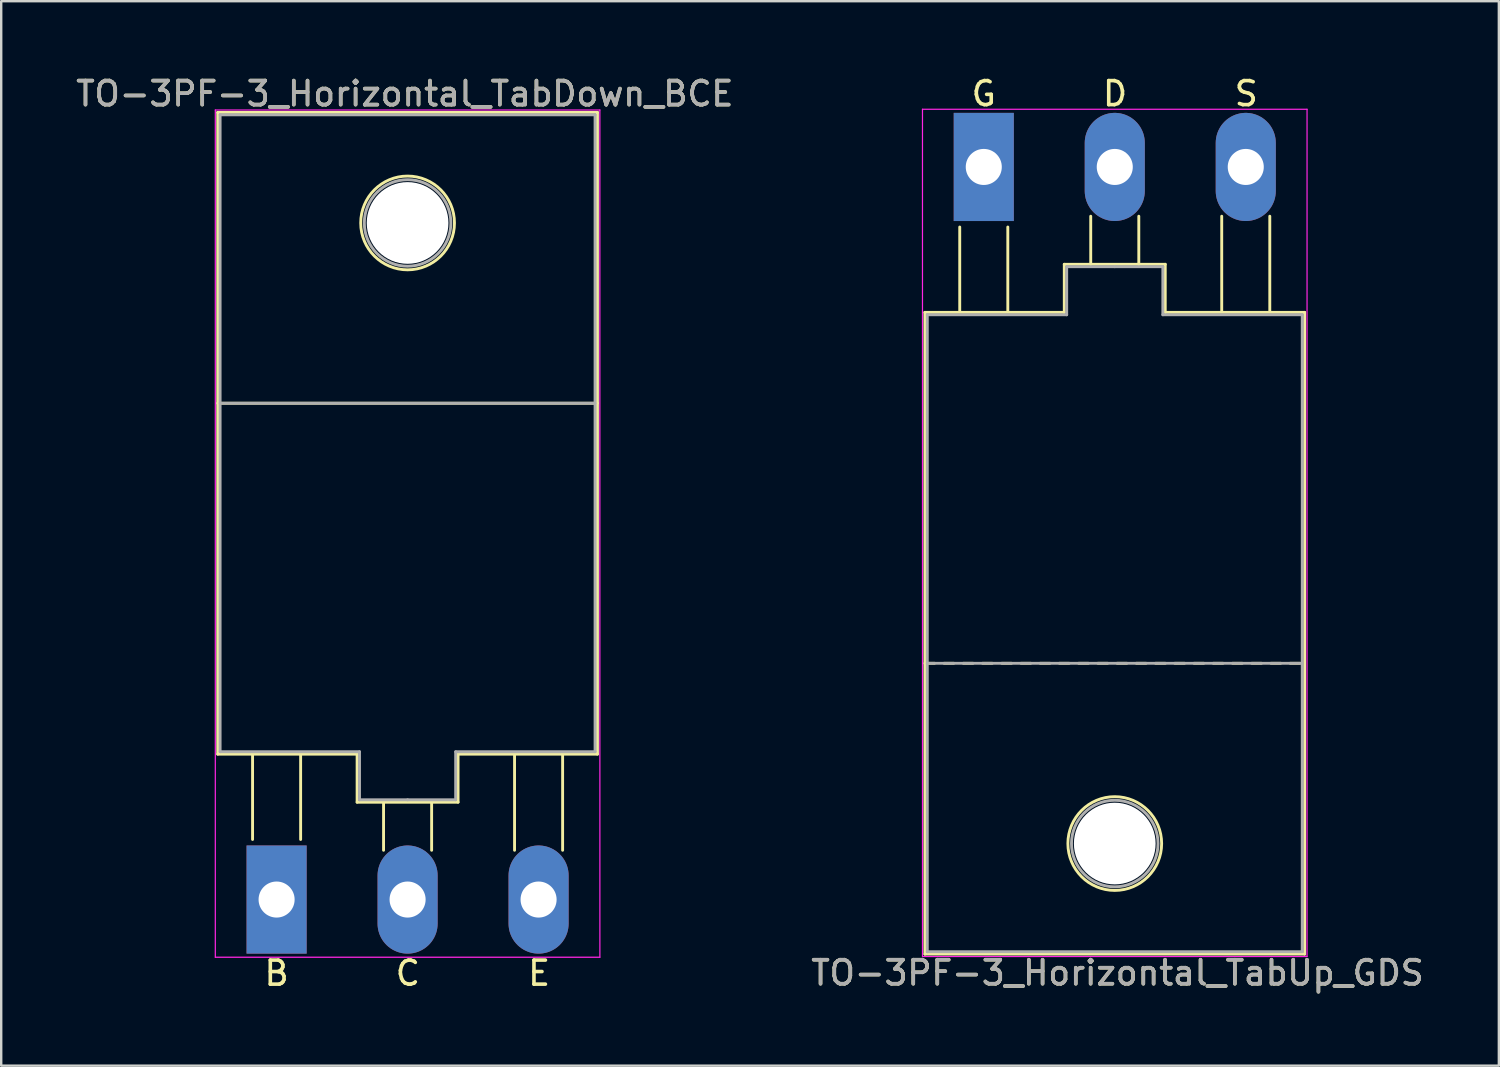
<source format=kicad_pcb>
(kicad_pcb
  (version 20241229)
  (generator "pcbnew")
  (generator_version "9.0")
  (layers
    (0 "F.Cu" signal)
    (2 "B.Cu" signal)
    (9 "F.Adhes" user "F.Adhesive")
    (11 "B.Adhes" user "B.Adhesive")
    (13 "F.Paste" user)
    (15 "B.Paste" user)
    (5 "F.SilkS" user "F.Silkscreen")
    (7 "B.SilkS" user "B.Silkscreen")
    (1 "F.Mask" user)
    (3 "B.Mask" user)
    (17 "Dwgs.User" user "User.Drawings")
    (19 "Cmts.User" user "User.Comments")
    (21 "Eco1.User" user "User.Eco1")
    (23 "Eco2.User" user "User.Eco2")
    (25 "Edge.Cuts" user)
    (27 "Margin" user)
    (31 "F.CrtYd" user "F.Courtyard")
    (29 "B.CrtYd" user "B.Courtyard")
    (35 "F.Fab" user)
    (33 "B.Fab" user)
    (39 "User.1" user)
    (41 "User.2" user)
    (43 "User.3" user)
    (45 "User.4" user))
  (footprint "TO-3PF-3_Horizontal_TabUp_GDS"
    (layer "F.Cu")
    (at 37.88 3.896)
    (property "Reference" "TO-3PF-3_Horizontal_TabUp_GDS" (at 5.566 33.528 180) (layer "F.SilkS") (effects (font (size 1 1) (thickness 0.15))))
    (attr through_hole)
    (fp_line (start -2.45 6.05) (end 3.35 6.05) (stroke (width 0.12) (type solid)) (layer "F.SilkS"))
    (fp_line (start -2.45 20.65) (end -2.05 20.65) (stroke (width 0.12) (type solid)) (layer "F.SilkS"))
    (fp_line (start -2.45 32.75) (end -2.45 6.05) (stroke (width 0.12) (type solid)) (layer "F.SilkS"))
    (fp_line (start -1.65 20.65) (end -1.25 20.65) (stroke (width 0.12) (type solid)) (layer "F.SilkS"))
    (fp_line (start -1 6) (end -1 2.5) (stroke (width 0.12) (type solid)) (layer "F.SilkS"))
    (fp_line (start -0.85 20.65) (end -0.45 20.65) (stroke (width 0.12) (type solid)) (layer "F.SilkS"))
    (fp_line (start -0.05 20.65) (end 0.35 20.65) (stroke (width 0.12) (type solid)) (layer "F.SilkS"))
    (fp_line (start 0.75 20.65) (end 1.15 20.65) (stroke (width 0.12) (type solid)) (layer "F.SilkS"))
    (fp_line (start 1 6) (end 1 2.5) (stroke (width 0.12) (type solid)) (layer "F.SilkS"))
    (fp_line (start 1.55 20.65) (end 1.95 20.65) (stroke (width 0.12) (type solid)) (layer "F.SilkS"))
    (fp_line (start 2.35 20.65) (end 2.75 20.65) (stroke (width 0.12) (type solid)) (layer "F.SilkS"))
    (fp_line (start 3.15 20.65) (end 3.55 20.65) (stroke (width 0.12) (type solid)) (layer "F.SilkS"))
    (fp_line (start 3.35 4.05) (end 7.55 4.05) (stroke (width 0.12) (type solid)) (layer "F.SilkS"))
    (fp_line (start 3.35 6.05) (end 3.35 4.05) (stroke (width 0.12) (type solid)) (layer "F.SilkS"))
    (fp_line (start 3.95 20.65) (end 4.35 20.65) (stroke (width 0.12) (type solid)) (layer "F.SilkS"))
    (fp_line (start 4.45 4.05) (end 4.45 2.05) (stroke (width 0.12) (type solid)) (layer "F.SilkS"))
    (fp_line (start 4.75 20.65) (end 5.15 20.65) (stroke (width 0.12) (type solid)) (layer "F.SilkS"))
    (fp_line (start 5.55 20.65) (end 5.95 20.65) (stroke (width 0.12) (type solid)) (layer "F.SilkS"))
    (fp_line (start 6.35 20.65) (end 6.75 20.65) (stroke (width 0.12) (type solid)) (layer "F.SilkS"))
    (fp_line (start 6.45 4.05) (end 6.45 2.05) (stroke (width 0.12) (type solid)) (layer "F.SilkS"))
    (fp_line (start 7.15 20.65) (end 7.55 20.65) (stroke (width 0.12) (type solid)) (layer "F.SilkS"))
    (fp_line (start 7.55 4.05) (end 7.55 6.05) (stroke (width 0.12) (type solid)) (layer "F.SilkS"))
    (fp_line (start 7.55 6.05) (end 13.35 6.05) (stroke (width 0.12) (type solid)) (layer "F.SilkS"))
    (fp_line (start 7.95 20.65) (end 8.35 20.65) (stroke (width 0.12) (type solid)) (layer "F.SilkS"))
    (fp_line (start 8.75 20.65) (end 9.15 20.65) (stroke (width 0.12) (type solid)) (layer "F.SilkS"))
    (fp_line (start 9.55 20.65) (end 9.95 20.65) (stroke (width 0.12) (type solid)) (layer "F.SilkS"))
    (fp_line (start 9.9 6) (end 9.9 2.05) (stroke (width 0.12) (type solid)) (layer "F.SilkS"))
    (fp_line (start 10.35 20.65) (end 10.75 20.65) (stroke (width 0.12) (type solid)) (layer "F.SilkS"))
    (fp_line (start 11.15 20.65) (end 11.55 20.65) (stroke (width 0.12) (type solid)) (layer "F.SilkS"))
    (fp_line (start 11.9 6) (end 11.9 2.05) (stroke (width 0.12) (type solid)) (layer "F.SilkS"))
    (fp_line (start 11.95 20.65) (end 12.35 20.65) (stroke (width 0.12) (type solid)) (layer "F.SilkS"))
    (fp_line (start 12.75 20.65) (end 13.15 20.65) (stroke (width 0.12) (type solid)) (layer "F.SilkS"))
    (fp_line (start 13.35 6.05) (end 13.35 32.75) (stroke (width 0.12) (type solid)) (layer "F.SilkS"))
    (fp_line (start 13.35 32.75) (end -2.45 32.75) (stroke (width 0.12) (type solid)) (layer "F.SilkS"))
    (fp_circle (center 5.45 28.15) (end 3.5 28.15) (stroke (width 0.12) (type solid)) (fill no) (layer "F.SilkS"))
    (fp_line (start -2.55 -2.4) (end -2.55 32.85) (stroke (width 0.05) (type solid)) (layer "F.CrtYd"))
    (fp_line (start -2.55 32.85) (end 13.45 32.85) (stroke (width 0.05) (type solid)) (layer "F.CrtYd"))
    (fp_line (start 13.45 -2.4) (end -2.55 -2.4) (stroke (width 0.05) (type solid)) (layer "F.CrtYd"))
    (fp_line (start 13.45 32.85) (end 13.45 -2.4) (stroke (width 0.05) (type solid)) (layer "F.CrtYd"))
    (fp_line (start -2.35 6.15) (end 3.45 6.15) (stroke (width 0.12) (type solid)) (layer "F.Fab"))
    (fp_line (start -2.35 32.65) (end -2.35 6.15) (stroke (width 0.12) (type solid)) (layer "F.Fab"))
    (fp_line (start 3.45 4.15) (end 3.45 6.15) (stroke (width 0.12) (type solid)) (layer "F.Fab"))
    (fp_line (start 5.45 4.15) (end 3.45 4.15) (stroke (width 0.12) (type solid)) (layer "F.Fab"))
    (fp_line (start 5.45 4.15) (end 7.45 4.15) (stroke (width 0.12) (type solid)) (layer "F.Fab"))
    (fp_line (start 7.45 4.15) (end 7.45 6.15) (stroke (width 0.12) (type solid)) (layer "F.Fab"))
    (fp_line (start 7.45 6.15) (end 13.25 6.15) (stroke (width 0.12) (type solid)) (layer "F.Fab"))
    (fp_line (start 13.25 6.15) (end 13.25 32.65) (stroke (width 0.12) (type solid)) (layer "F.Fab"))
    (fp_line (start 13.25 20.65) (end -2.35 20.65) (stroke (width 0.12) (type solid)) (layer "F.Fab"))
    (fp_line (start 13.25 32.65) (end -2.35 32.65) (stroke (width 0.12) (type solid)) (layer "F.Fab"))
    (fp_circle (center 5.45 28.15) (end 3.65 28.15) (stroke (width 0.12) (type solid)) (fill no) (layer "F.Fab"))
    (fp_text user "G" (at 0 -3.048 0) (layer "F.SilkS") (effects (font (size 1 1) (thickness 0.15))))
    (fp_text user "S" (at 10.922 -3.048 0) (layer "F.SilkS") (effects (font (size 1 1) (thickness 0.15))))
    (fp_text user "D" (at 5.461 -3.048 0) (layer "F.SilkS") (effects (font (size 1 1) (thickness 0.15))))
    (fp_text user "${REFERENCE}" (at 5.566 33.528 180) (layer "F.Fab") (effects (font (size 1 1) (thickness 0.15))))
    (pad "" np_thru_hole circle (at 5.45 28.15) (size 3.4 3.4) (drill 3.4) (layers "*.Cu" "*.Mask"))
    (pad "1" thru_hole rect (at 0 0) (size 2.5 4.5) (drill 1.5) (layers "*.Cu" "*.Mask"))
    (pad "2" thru_hole oval (at 5.45 0) (size 2.5 4.5) (drill 1.5) (layers "*.Cu" "*.Mask"))
    (pad "3" thru_hole oval (at 10.9 0) (size 2.5 4.5) (drill 1.5) (layers "*.Cu" "*.Mask")))
  (footprint "TO-3PF-3_Horizontal_TabDown_BCE"
    (layer "F.Cu")
    (at 8.458 34.376)
    (property "Reference" "TO-3PF-3_Horizontal_TabDown_BCE" (at 5.334 -33.528 0) (layer "F.SilkS") (effects (font (size 1 1) (thickness 0.15))))
    (attr through_hole)
    (fp_line (start -2.45 -32.75) (end 13.35 -32.75) (stroke (width 0.12) (type solid)) (layer "F.SilkS"))
    (fp_line (start -2.45 -6.05) (end -2.45 -32.75) (stroke (width 0.12) (type solid)) (layer "F.SilkS"))
    (fp_line (start -1 -6) (end -1 -2.5) (stroke (width 0.12) (type solid)) (layer "F.SilkS"))
    (fp_line (start 1 -6) (end 1 -2.5) (stroke (width 0.12) (type solid)) (layer "F.SilkS"))
    (fp_line (start 3.35 -6.05) (end -2.45 -6.05) (stroke (width 0.12) (type solid)) (layer "F.SilkS"))
    (fp_line (start 3.35 -4.05) (end 3.35 -6.05) (stroke (width 0.12) (type solid)) (layer "F.SilkS"))
    (fp_line (start 4.45 -4.05) (end 4.45 -2.05) (stroke (width 0.12) (type solid)) (layer "F.SilkS"))
    (fp_line (start 6.45 -4.05) (end 6.45 -2.05) (stroke (width 0.12) (type solid)) (layer "F.SilkS"))
    (fp_line (start 7.55 -6.05) (end 7.55 -4.05) (stroke (width 0.12) (type solid)) (layer "F.SilkS"))
    (fp_line (start 7.55 -4.05) (end 3.35 -4.05) (stroke (width 0.12) (type solid)) (layer "F.SilkS"))
    (fp_line (start 9.9 -6) (end 9.9 -2.05) (stroke (width 0.12) (type solid)) (layer "F.SilkS"))
    (fp_line (start 11.9 -6) (end 11.9 -2.05) (stroke (width 0.12) (type solid)) (layer "F.SilkS"))
    (fp_line (start 13.35 -32.75) (end 13.35 -6.05) (stroke (width 0.12) (type solid)) (layer "F.SilkS"))
    (fp_line (start 13.35 -20.65) (end -2.45 -20.65) (stroke (width 0.12) (type solid)) (layer "F.SilkS"))
    (fp_line (start 13.35 -6.05) (end 7.55 -6.05) (stroke (width 0.12) (type solid)) (layer "F.SilkS"))
    (fp_circle (center 5.45 -28.15) (end 7.4 -28.15) (stroke (width 0.12) (type solid)) (fill no) (layer "F.SilkS"))
    (fp_line (start -2.55 -32.85) (end -2.55 2.4) (stroke (width 0.05) (type solid)) (layer "F.CrtYd"))
    (fp_line (start -2.55 2.4) (end 13.45 2.4) (stroke (width 0.05) (type solid)) (layer "F.CrtYd"))
    (fp_line (start 13.45 -32.85) (end -2.55 -32.85) (stroke (width 0.05) (type solid)) (layer "F.CrtYd"))
    (fp_line (start 13.45 2.4) (end 13.45 -32.85) (stroke (width 0.05) (type solid)) (layer "F.CrtYd"))
    (fp_line (start -2.35 -32.65) (end 13.25 -32.65) (stroke (width 0.12) (type solid)) (layer "F.Fab"))
    (fp_line (start -2.35 -20.65) (end 13.25 -20.65) (stroke (width 0.12) (type solid)) (layer "F.Fab"))
    (fp_line (start -2.35 -6.15) (end -2.35 -32.65) (stroke (width 0.12) (type solid)) (layer "F.Fab"))
    (fp_line (start 3.45 -6.15) (end -2.35 -6.15) (stroke (width 0.12) (type solid)) (layer "F.Fab"))
    (fp_line (start 3.45 -4.15) (end 3.45 -6.15) (stroke (width 0.12) (type solid)) (layer "F.Fab"))
    (fp_line (start 5.45 -4.15) (end 3.45 -4.15) (stroke (width 0.12) (type solid)) (layer "F.Fab"))
    (fp_line (start 5.45 -4.15) (end 7.45 -4.15) (stroke (width 0.12) (type solid)) (layer "F.Fab"))
    (fp_line (start 7.45 -4.15) (end 7.45 -6.15) (stroke (width 0.12) (type solid)) (layer "F.Fab"))
    (fp_line (start 13.25 -32.65) (end 13.25 -6.15) (stroke (width 0.12) (type solid)) (layer "F.Fab"))
    (fp_line (start 13.25 -6.15) (end 7.45 -6.15) (stroke (width 0.12) (type solid)) (layer "F.Fab"))
    (fp_circle (center 5.45 -28.15) (end 7.25 -28.15) (stroke (width 0.12) (type solid)) (fill no) (layer "F.Fab"))
    (fp_text user "E" (at 10.922 3.064 0) (layer "F.SilkS") (effects (font (size 1 1) (thickness 0.15))))
    (fp_text user "B" (at 0 3.064 0) (layer "F.SilkS") (effects (font (size 1 1) (thickness 0.15))))
    (fp_text user "C" (at 5.461 3.064 0) (layer "F.SilkS") (effects (font (size 1 1) (thickness 0.15))))
    (fp_text user "${REFERENCE}" (at 5.334 -33.528 0) (layer "F.Fab") (effects (font (size 1 1) (thickness 0.15))))
    (pad "" np_thru_hole circle (at 5.45 -28.15) (size 3.4 3.4) (drill 3.4) (layers "*.Cu" "*.Mask"))
    (pad "1" thru_hole rect (at 0 0) (size 2.5 4.5) (drill 1.5) (layers "*.Cu" "*.Mask"))
    (pad "2" thru_hole oval (at 5.45 0) (size 2.5 4.5) (drill 1.5) (layers "*.Cu" "*.Mask"))
    (pad "3" thru_hole oval (at 10.9 0) (size 2.5 4.5) (drill 1.5) (layers "*.Cu" "*.Mask")))
  (gr_rect
    (start -3 -3)
    (end 59.31 41.288)
    (stroke (width 0.1) (type default))
    (fill no)
    (layer "Edge.Cuts")))
</source>
